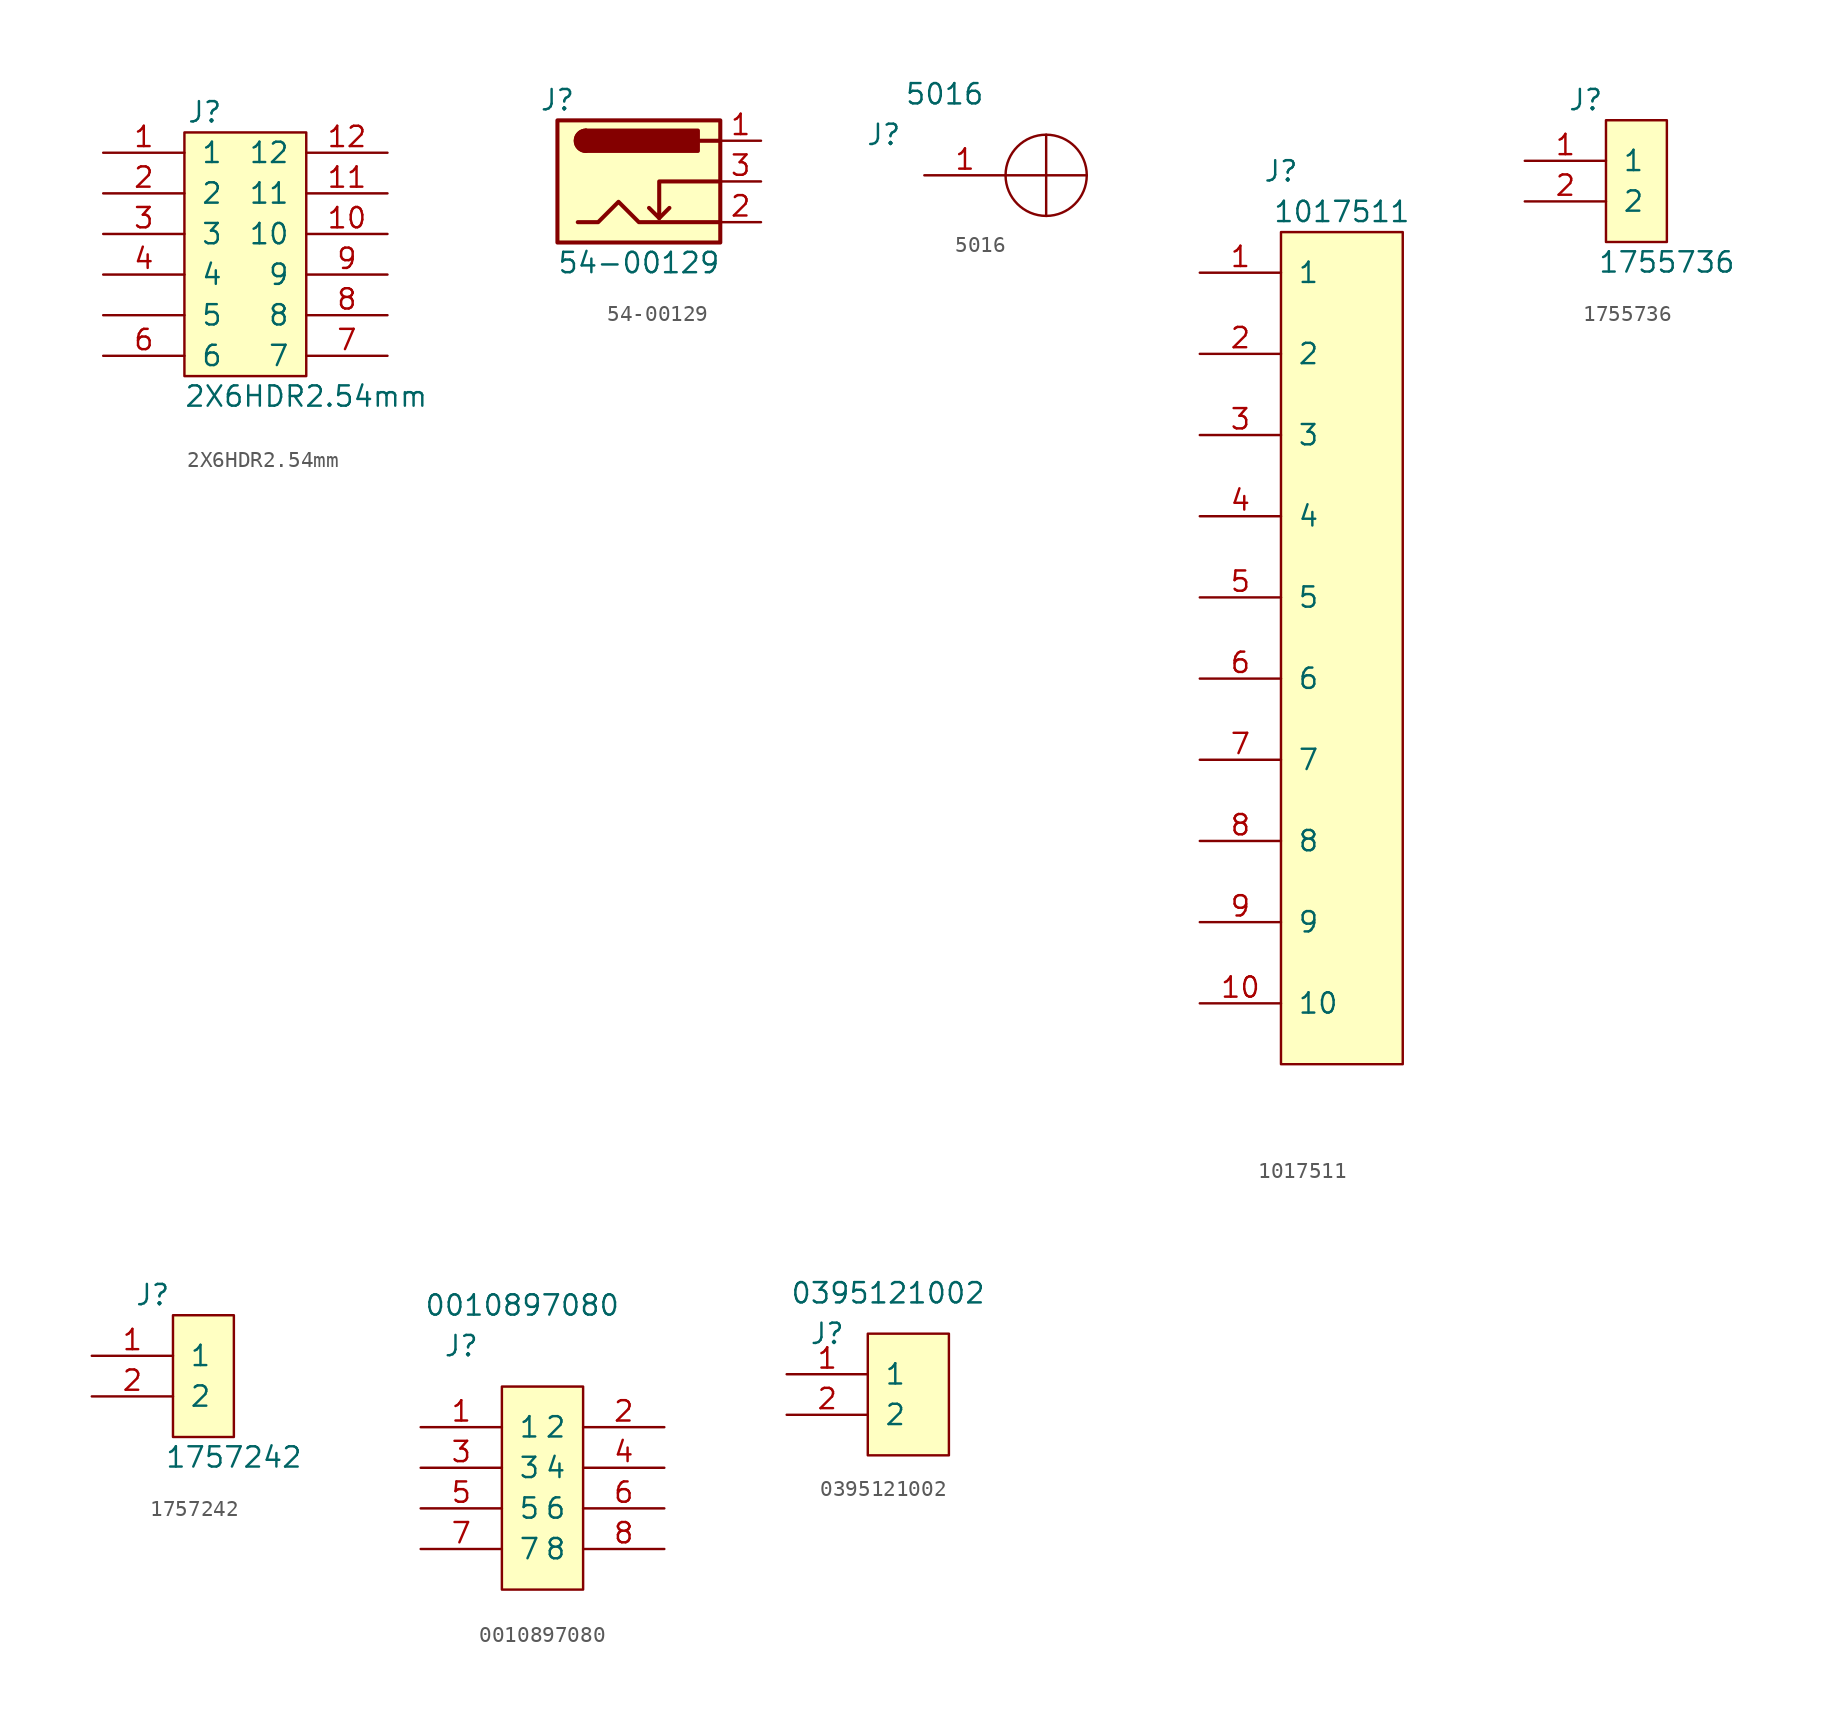
<source format=kicad_sym>
(kicad_symbol_lib
  (version 20220914)
  (generator kicad_symbol_editor)
  (symbol "2X6HDR2.54mm"
    (pin_names
      (offset 1.016))
    (property "Reference" "J"
      (at 1.27 1.27 0)
      (effects (font (size 1.27 1.27))))
    (property "Value" "2X6HDR2.54mm"
      (at 7.62 -16.51 0)
      (effects (font (size 1.27 1.27))))
    (symbol "2X6HDR2.54mm_0_1"
      (rectangle (start 0 0) (end 7.62 -15.24) (stroke (width 0) (type default)) (fill (type background))))
    (symbol "2X6HDR2.54mm_1_1"
      (pin passive line (at -5.08 -1.27 0) (length 5.08) (name "1" (effects (font (size 1.27 1.27)))) (number "1" (effects (font (size 1.27 1.27)))))
      (pin passive line (at 12.7 -6.35 180) (length 5.08) (name "10" (effects (font (size 1.27 1.27)))) (number "10" (effects (font (size 1.27 1.27)))))
      (pin passive line (at 12.7 -3.81 180) (length 5.08) (name "11" (effects (font (size 1.27 1.27)))) (number "11" (effects (font (size 1.27 1.27)))))
      (pin passive line (at 12.7 -1.27 180) (length 5.08) (name "12" (effects (font (size 1.27 1.27)))) (number "12" (effects (font (size 1.27 1.27)))))
      (pin passive line (at -5.08 -3.81 0) (length 5.08) (name "2" (effects (font (size 1.27 1.27)))) (number "2" (effects (font (size 1.27 1.27)))))
      (pin passive line (at -5.08 -6.35 0) (length 5.08) (name "3" (effects (font (size 1.27 1.27)))) (number "3" (effects (font (size 1.27 1.27)))))
      (pin passive line (at -5.08 -8.89 0) (length 5.08) (name "4" (effects (font (size 1.27 1.27)))) (number "4" (effects (font (size 1.27 1.27)))))
      (pin passive line (at -5.08 -13.97 0) (length 5.08) (name "6" (effects (font (size 1.27 1.27)))) (number "6" (effects (font (size 1.27 1.27)))))
      (pin passive line (at 12.7 -13.97 180) (length 5.08) (name "7" (effects (font (size 1.27 1.27)))) (number "7" (effects (font (size 1.27 1.27)))))
      (pin passive line (at 12.7 -11.43 180) (length 5.08) (name "8" (effects (font (size 1.27 1.27)))) (number "8" (effects (font (size 1.27 1.27)))))
      (pin passive line (at 12.7 -8.89 180) (length 5.08) (name "9" (effects (font (size 1.27 1.27)))) (number "9" (effects (font (size 1.27 1.27)))))
      (pin passive line (at -5.08 -11.43 0) (length 5.08) (name "5" (effects (font (size 1.27 1.27)))) (number "~" (effects (font (size 1.27 1.27)))))))
  (symbol "54-00129"
    (pin_names
      (offset 1.016))
    (property "Reference" "J"
      (at -5.08 5.08 0)
      (effects (font (size 1.27 1.27))))
    (property "Value" "54-00129"
      (at 0 -5.08 0)
      (effects (font (size 1.27 1.27))))
    (symbol "54-00129_1_1"
      (rectangle (start -5.08 3.81) (end 5.08 -3.81) (stroke (width 0.254) (type default)) (fill (type background)))
      (arc (start -3.302 3.175) (mid -3.9343 2.54) (end -3.302 1.905) (stroke (width 0.254) (type default)) (fill (type none)))
      (arc (start -3.302 3.175) (mid -3.9343 2.54) (end -3.302 1.905) (stroke (width 0.254) (type default)) (fill (type outline)))
      (polyline (pts (xy 1.27 -2.286) (xy 1.905 -1.651)) (stroke (width 0.254) (type default)) (fill (type none)))
      (polyline (pts (xy 5.08 2.54) (xy 3.81 2.54)) (stroke (width 0.254) (type default)) (fill (type none)))
      (polyline (pts (xy 5.08 0) (xy 1.27 0) (xy 1.27 -2.286) (xy 0.635 -1.651)) (stroke (width 0.254) (type default)) (fill (type none)))
      (polyline (pts (xy -3.81 -2.54) (xy -2.54 -2.54) (xy -1.27 -1.27) (xy 0 -2.54) (xy 2.54 -2.54) (xy 5.08 -2.54)) (stroke (width 0.254) (type default)) (fill (type none)))
      (rectangle (start 3.683 3.175) (end -3.302 1.905) (stroke (width 0.254) (type default)) (fill (type outline)))
      (pin passive line (at 7.62 2.54 180) (length 2.54) (name "~" (effects (font (size 1.27 1.27)))) (number "1" (effects (font (size 1.27 1.27)))))
      (pin passive line (at 7.62 -2.54 180) (length 2.54) (name "~" (effects (font (size 1.27 1.27)))) (number "2" (effects (font (size 1.27 1.27)))))
      (pin passive line (at 7.62 0 180) (length 2.54) (name "~" (effects (font (size 1.27 1.27)))) (number "3" (effects (font (size 1.27 1.27)))))))
  (symbol "5016"
    (pin_names
      (offset 1.016))
    (property "Reference" "J"
      (at -2.54 2.54 0)
      (effects (font (size 1.27 1.27))))
    (property "Value" "5016"
      (at 1.27 5.08 0)
      (effects (font (size 1.27 1.27))))
    (symbol "5016_0_1"
      (polyline (pts (xy 5.08 0) (xy 7.62 0)) (stroke (width 0) (type default)) (fill (type none)))
      (polyline (pts (xy 7.62 0) (xy 7.62 -2.54)) (stroke (width 0) (type default)) (fill (type none)))
      (polyline (pts (xy 7.62 0) (xy 7.62 2.54)) (stroke (width 0) (type default)) (fill (type none)))
      (polyline (pts (xy 7.62 0) (xy 10.16 0)) (stroke (width 0) (type default)) (fill (type none)))
      (circle (center 7.62 0) (radius 2.54) (stroke (width 0) (type default)) (fill (type none))))
    (symbol "5016_1_1"
      (pin passive line (at 0 0 0) (length 5.08) (name "~" (effects (font (size 1.27 1.27)))) (number "1" (effects (font (size 1.27 1.27)))))))
  (symbol "1017511"
    (pin_names
      (offset 1.016))
    (property "Reference" "J"
      (at -2.54 29.21 0)
      (effects (font (size 1.27 1.27))))
    (property "Value" "1017511"
      (at 1.27 26.67 0)
      (effects (font (size 1.27 1.27))))
    (symbol "1017511_0_1"
      (rectangle (start -2.54 25.4) (end 5.08 -26.67) (stroke (width 0) (type default)) (fill (type background))))
    (symbol "1017511_1_1"
      (pin passive line (at -7.62 22.86 0) (length 5.08) (name "1" (effects (font (size 1.27 1.27)))) (number "1" (effects (font (size 1.27 1.27)))))
      (pin passive line (at -7.62 -22.86 0) (length 5.08) (name "10" (effects (font (size 1.27 1.27)))) (number "10" (effects (font (size 1.27 1.27)))))
      (pin passive line (at -7.62 17.78 0) (length 5.08) (name "2" (effects (font (size 1.27 1.27)))) (number "2" (effects (font (size 1.27 1.27)))))
      (pin passive line (at -7.62 12.7 0) (length 5.08) (name "3" (effects (font (size 1.27 1.27)))) (number "3" (effects (font (size 1.27 1.27)))))
      (pin passive line (at -7.62 7.62 0) (length 5.08) (name "4" (effects (font (size 1.27 1.27)))) (number "4" (effects (font (size 1.27 1.27)))))
      (pin passive line (at -7.62 2.54 0) (length 5.08) (name "5" (effects (font (size 1.27 1.27)))) (number "5" (effects (font (size 1.27 1.27)))))
      (pin passive line (at -7.62 -2.54 0) (length 5.08) (name "6" (effects (font (size 1.27 1.27)))) (number "6" (effects (font (size 1.27 1.27)))))
      (pin passive line (at -7.62 -7.62 0) (length 5.08) (name "7" (effects (font (size 1.27 1.27)))) (number "7" (effects (font (size 1.27 1.27)))))
      (pin passive line (at -7.62 -12.7 0) (length 5.08) (name "8" (effects (font (size 1.27 1.27)))) (number "8" (effects (font (size 1.27 1.27)))))
      (pin passive line (at -7.62 -17.78 0) (length 5.08) (name "9" (effects (font (size 1.27 1.27)))) (number "9" (effects (font (size 1.27 1.27)))))))
  (symbol "1755736"
    (pin_names
      (offset 1.016))
    (property "Reference" "J"
      (at -1.27 -1.27 0)
      (effects (font (size 1.27 1.27))))
    (property "Value" "1755736"
      (at 3.81 -11.43 0)
      (effects (font (size 1.27 1.27))))
    (symbol "1755736_0_1"
      (rectangle (start 0 -2.54) (end 3.81 -10.16) (stroke (width 0) (type default)) (fill (type background))))
    (symbol "1755736_1_1"
      (pin passive line (at -5.08 -5.08 0) (length 5.08) (name "1" (effects (font (size 1.27 1.27)))) (number "1" (effects (font (size 1.27 1.27)))))
      (pin passive line (at -5.08 -7.62 0) (length 5.08) (name "2" (effects (font (size 1.27 1.27)))) (number "2" (effects (font (size 1.27 1.27)))))))
  (symbol "1757242"
    (pin_names
      (offset 1.016))
    (property "Reference" "J"
      (at -1.27 -1.27 0)
      (effects (font (size 1.27 1.27))))
    (property "Value" "1757242"
      (at 3.81 -11.43 0)
      (effects (font (size 1.27 1.27))))
    (symbol "1757242_0_1"
      (rectangle (start 0 -2.54) (end 3.81 -10.16) (stroke (width 0) (type default)) (fill (type background))))
    (symbol "1757242_1_1"
      (pin passive line (at -5.08 -5.08 0) (length 5.08) (name "1" (effects (font (size 1.27 1.27)))) (number "1" (effects (font (size 1.27 1.27)))))
      (pin passive line (at -5.08 -7.62 0) (length 5.08) (name "2" (effects (font (size 1.27 1.27)))) (number "2" (effects (font (size 1.27 1.27)))))))
  (symbol "0010897080"
    (pin_names
      (offset 1.016))
    (property "Reference" "J"
      (at -2.54 2.54 0)
      (effects (font (size 1.27 1.27))))
    (property "Value" "0010897080"
      (at 1.27 5.08 0)
      (effects (font (size 1.27 1.27))))
    (symbol "0010897080_0_1"
      (rectangle (start 0 0) (end 5.08 -12.7) (stroke (width 0) (type default)) (fill (type background))))
    (symbol "0010897080_1_1"
      (pin passive line (at -5.08 -2.54 0) (length 5.08) (name "1" (effects (font (size 1.27 1.27)))) (number "1" (effects (font (size 1.27 1.27)))))
      (pin passive line (at 10.16 -2.54 180) (length 5.08) (name "2" (effects (font (size 1.27 1.27)))) (number "2" (effects (font (size 1.27 1.27)))))
      (pin passive line (at -5.08 -5.08 0) (length 5.08) (name "3" (effects (font (size 1.27 1.27)))) (number "3" (effects (font (size 1.27 1.27)))))
      (pin passive line (at 10.16 -5.08 180) (length 5.08) (name "4" (effects (font (size 1.27 1.27)))) (number "4" (effects (font (size 1.27 1.27)))))
      (pin passive line (at -5.08 -7.62 0) (length 5.08) (name "5" (effects (font (size 1.27 1.27)))) (number "5" (effects (font (size 1.27 1.27)))))
      (pin passive line (at 10.16 -7.62 180) (length 5.08) (name "6" (effects (font (size 1.27 1.27)))) (number "6" (effects (font (size 1.27 1.27)))))
      (pin passive line (at -5.08 -10.16 0) (length 5.08) (name "7" (effects (font (size 1.27 1.27)))) (number "7" (effects (font (size 1.27 1.27)))))
      (pin passive line (at 10.16 -10.16 180) (length 5.08) (name "8" (effects (font (size 1.27 1.27)))) (number "8" (effects (font (size 1.27 1.27)))))))
  (symbol "0395121002"
    (pin_names
      (offset 1.016))
    (property "Reference" "J"
      (at -2.54 2.54 0)
      (effects (font (size 1.27 1.27))))
    (property "Value" "0395121002"
      (at 1.27 5.08 0)
      (effects (font (size 1.27 1.27))))
    (symbol "0395121002_0_1"
      (rectangle (start 0 2.54) (end 5.08 -5.08) (stroke (width 0) (type default)) (fill (type background))))
    (symbol "0395121002_1_1"
      (pin passive line (at -5.08 0 0) (length 5.08) (name "1" (effects (font (size 1.27 1.27)))) (number "1" (effects (font (size 1.27 1.27)))))
      (pin passive line (at -5.08 -2.54 0) (length 5.08) (name "2" (effects (font (size 1.27 1.27)))) (number "2" (effects (font (size 1.27 1.27))))))))
</source>
